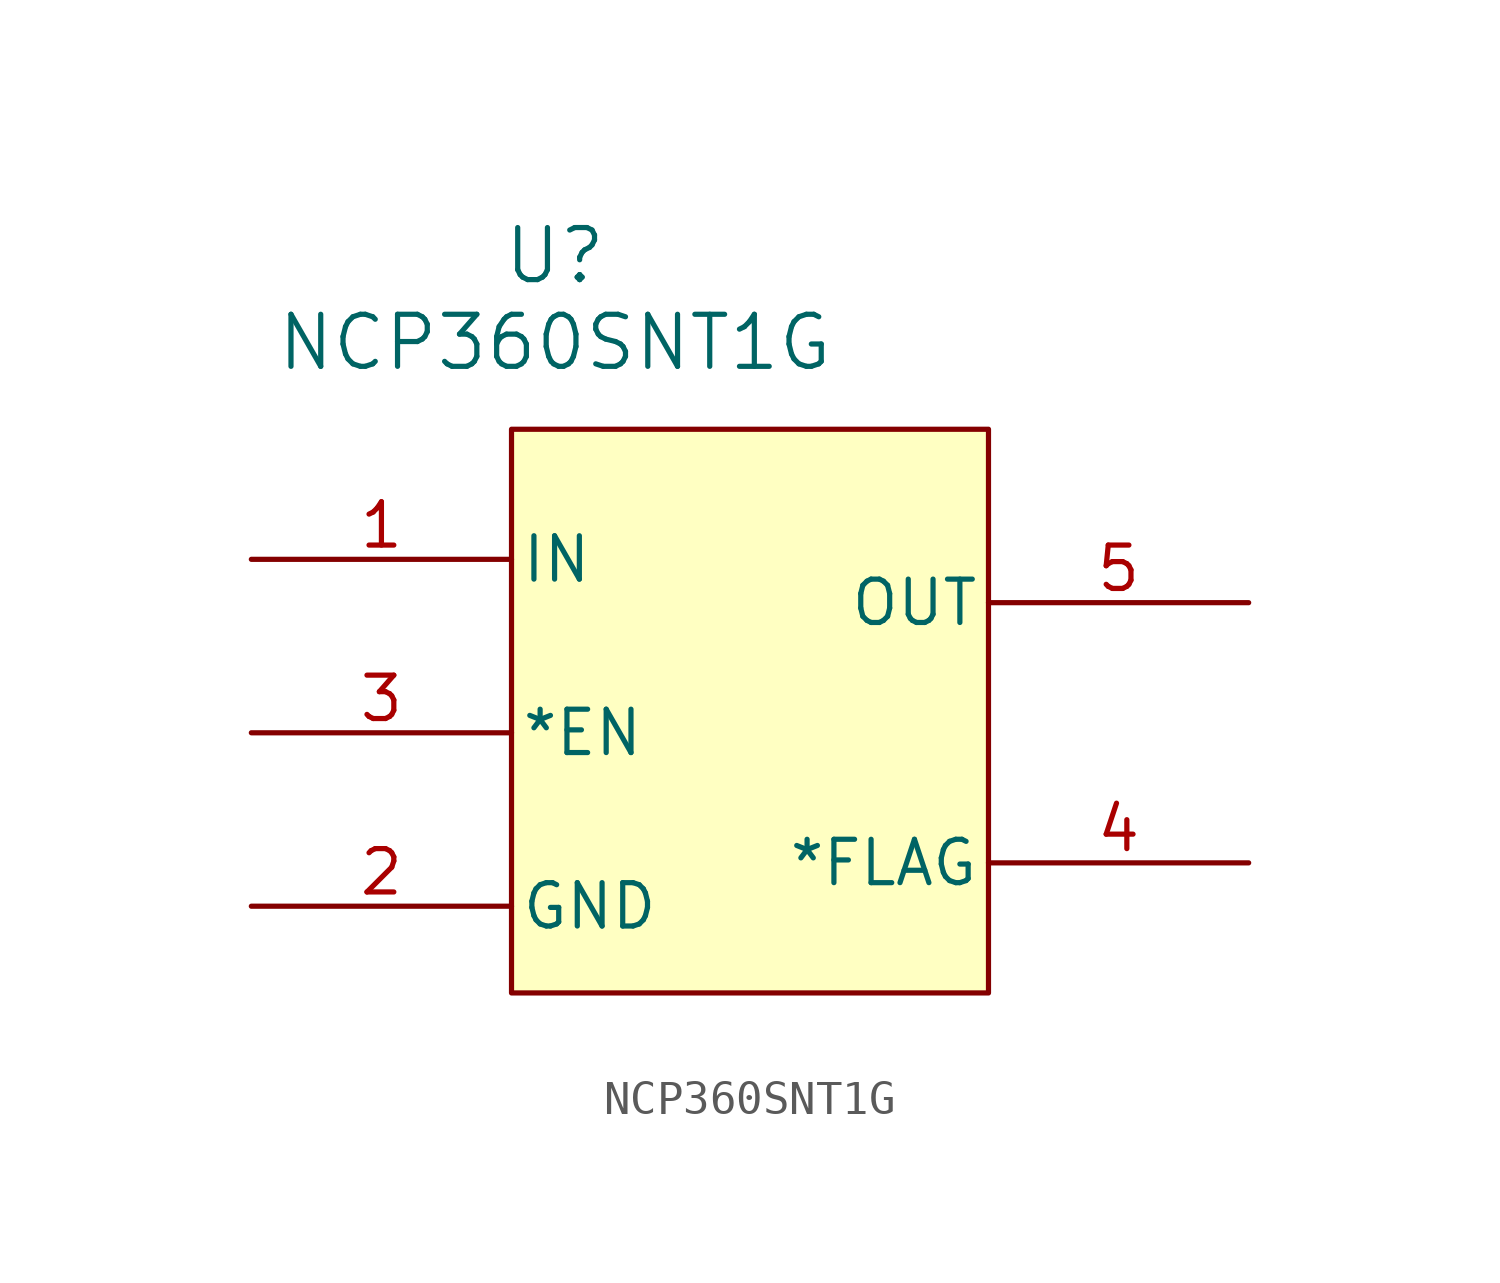
<source format=kicad_sym>
(kicad_symbol_lib
  (version 20241209)
  (generator "kicad_symbol_editor")
  (generator_version "9.0")
  (symbol "NCP360SNT1G"
    (pin_names
      (offset 0.254))
    (property "Reference" "U"
      (at 20.32 10.16 0)
      (effects (font (size 1.524 1.524))))
    (property "Value" "NCP360SNT1G"
      (at 20.32 7.62 0)
      (effects (font (size 1.524 1.524))))
    (property "ki_locked" ""
      (at 0 0 0)
      (effects (font (size 1.27 1.27))))
    (symbol "NCP360SNT1G_0_1"
      (pin input line (at 11.43 1.27 0) (length 7.62) (name "IN" (effects (font (size 1.27 1.27)))) (number "1" (effects (font (size 1.27 1.27)))))
      (pin input line (at 11.43 -3.81 0) (length 7.62) (name "*EN" (effects (font (size 1.27 1.27)))) (number "3" (effects (font (size 1.27 1.27)))))
      (pin power_in line (at 11.43 -8.89 0) (length 7.62) (name "GND" (effects (font (size 1.27 1.27)))) (number "2" (effects (font (size 1.27 1.27)))))
      (pin power_out line (at 40.64 0 180) (length 7.62) (name "OUT" (effects (font (size 1.27 1.27)))) (number "5" (effects (font (size 1.27 1.27)))))
      (pin output line (at 40.64 -7.62 180) (length 7.62) (name "*FLAG" (effects (font (size 1.27 1.27)))) (number "4" (effects (font (size 1.27 1.27))))))
    (symbol "NCP360SNT1G_1_1"
      (rectangle (start 19.05 5.08) (end 33.02 -11.43) (stroke (width 0) (type default)) (fill (type background))))))
</source>
